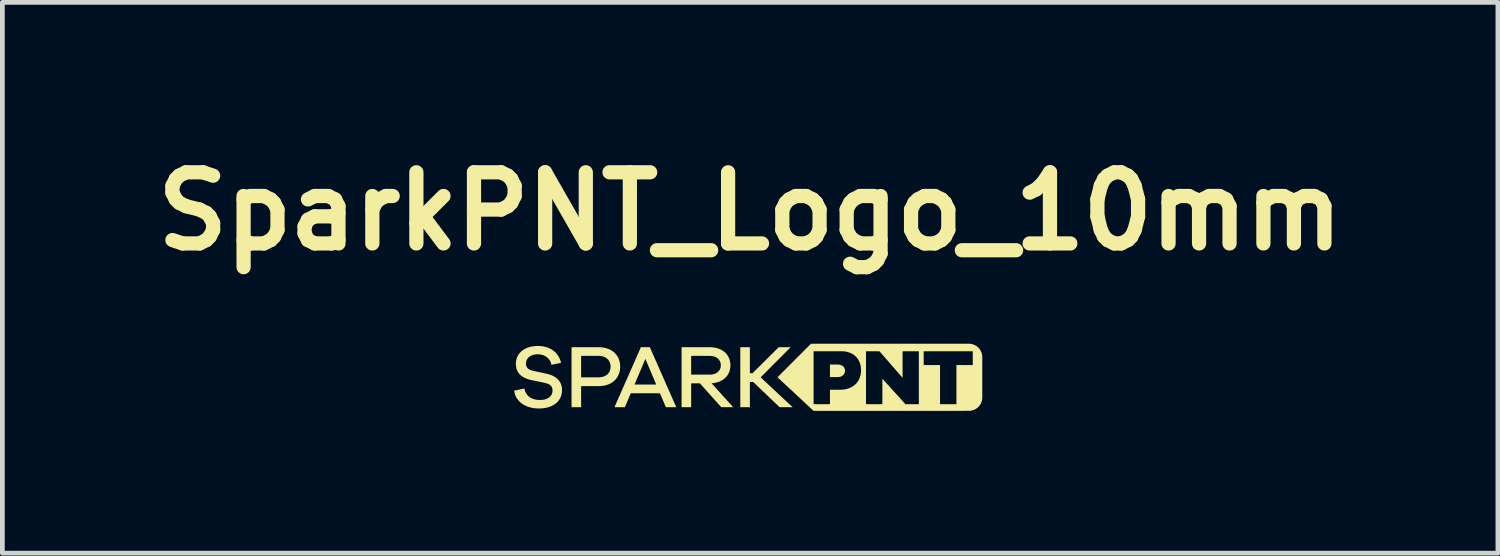
<source format=kicad_pcb>
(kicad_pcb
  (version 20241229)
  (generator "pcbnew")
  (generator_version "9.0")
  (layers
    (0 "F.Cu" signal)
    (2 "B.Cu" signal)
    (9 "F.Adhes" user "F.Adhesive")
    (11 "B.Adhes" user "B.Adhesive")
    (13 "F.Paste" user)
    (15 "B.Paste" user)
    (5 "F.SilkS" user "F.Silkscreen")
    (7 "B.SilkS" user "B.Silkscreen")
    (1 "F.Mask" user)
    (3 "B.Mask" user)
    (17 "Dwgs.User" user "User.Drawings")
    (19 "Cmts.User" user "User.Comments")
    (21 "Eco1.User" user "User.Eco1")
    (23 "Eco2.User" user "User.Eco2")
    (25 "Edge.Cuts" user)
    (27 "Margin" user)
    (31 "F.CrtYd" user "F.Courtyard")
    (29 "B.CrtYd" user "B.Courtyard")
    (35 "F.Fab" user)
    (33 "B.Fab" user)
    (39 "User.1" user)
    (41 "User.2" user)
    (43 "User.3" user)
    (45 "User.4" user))
  (footprint "SparkPNT_Logo_10mm"
    (layer "F.Cu")
    (at 12.764 4.904)
    (property "Reference" "SparkPNT_Logo_10mm" (at 0 -3.5 0) (layer "F.SilkS") (effects (font (size 1.5 1.5) (thickness 0.3))))
    (attr board_only exclude_from_pos_files exclude_from_bom)
    (fp_poly (pts (xy 1.338 0.708) (xy 1.338 0.708) (xy 1.338 0.708) (xy 1.338 0.708) (xy 1.338 0.708) (xy 1.338 0.708)) (stroke (width -0.000001) (type solid)) (fill yes) (layer "F.SilkS"))
    (fp_poly (pts (xy -0.005 -0.086) (xy 0.05 -0.086) (xy 0.603 -0.634) (xy 0.854 -0.634) (xy 0.222 0.001) (xy 0.896 0.631) (xy 0.622 0.631) (xy 0.065 0.099) (xy -0.005 0.099) (xy -0.005 0.631) (xy -0.207 0.631) (xy -0.207 -0.634) (xy -0.005 -0.634)) (stroke (width -0.000001) (type solid)) (fill yes) (layer "F.SilkS"))
    (fp_poly (pts (xy -1.557 0.631) (xy -1.776 0.631) (xy -1.901 0.337) (xy -2.516 0.337) (xy -2.641 0.631) (xy -2.86 0.631) (xy -2.649 0.152) (xy -2.437 0.152) (xy -1.98 0.152) (xy -2.208 -0.387) (xy -2.437 0.152) (xy -2.649 0.152) (xy -2.303 -0.634) (xy -2.114 -0.634)) (stroke (width -0.000001) (type solid)) (fill yes) (layer "F.SilkS"))
    (fp_poly (pts (xy 1.861 -0.269) (xy 1.868 -0.268) (xy 1.876 -0.267) (xy 1.883 -0.266) (xy 1.89 -0.265) (xy 1.897 -0.263) (xy 1.904 -0.261) (xy 1.91 -0.259) (xy 1.917 -0.257) (xy 1.923 -0.254) (xy 1.929 -0.251) (xy 1.935 -0.248) (xy 1.941 -0.244) (xy 1.947 -0.241) (xy 1.952 -0.237) (xy 1.957 -0.233) (xy 1.962 -0.228) (xy 1.966 -0.224) (xy 1.971 -0.219) (xy 1.975 -0.214) (xy 1.979 -0.209) (xy 1.982 -0.203) (xy 1.985 -0.198) (xy 1.988 -0.192) (xy 1.991 -0.186) (xy 1.993 -0.18) (xy 1.995 -0.174) (xy 1.997 -0.167) (xy 1.998 -0.161) (xy 1.999 -0.154) (xy 2 -0.147) (xy 2 -0.14) (xy 2 -0.133) (xy 1.999 -0.125) (xy 1.998 -0.118) (xy 1.997 -0.111) (xy 1.995 -0.104) (xy 1.993 -0.097) (xy 1.991 -0.091) (xy 1.988 -0.085) (xy 1.985 -0.079) (xy 1.982 -0.073) (xy 1.979 -0.067) (xy 1.975 -0.062) (xy 1.971 -0.056) (xy 1.966 -0.051) (xy 1.962 -0.047) (xy 1.957 -0.042) (xy 1.952 -0.038) (xy 1.947 -0.034) (xy 1.941 -0.03) (xy 1.935 -0.026) (xy 1.929 -0.023) (xy 1.923 -0.02) (xy 1.917 -0.017) (xy 1.91 -0.015) (xy 1.904 -0.013) (xy 1.897 -0.011) (xy 1.89 -0.009) (xy 1.883 -0.008) (xy 1.876 -0.007) (xy 1.868 -0.006) (xy 1.861 -0.005) (xy 1.853 -0.005) (xy 1.683 -0.005) (xy 1.683 -0.269) (xy 1.853 -0.269)) (stroke (width -0.000001) (type solid)) (fill yes) (layer "F.SilkS"))
    (fp_poly (pts (xy -3.169 -0.633) (xy -3.144 -0.632) (xy -3.119 -0.63) (xy -3.095 -0.626) (xy -3.072 -0.622) (xy -3.049 -0.617) (xy -3.027 -0.611) (xy -3.006 -0.604) (xy -2.985 -0.597) (xy -2.965 -0.588) (xy -2.946 -0.579) (xy -2.928 -0.569) (xy -2.91 -0.558) (xy -2.894 -0.546) (xy -2.878 -0.534) (xy -2.862 -0.521) (xy -2.848 -0.507) (xy -2.835 -0.492) (xy -2.822 -0.477) (xy -2.81 -0.461) (xy -2.799 -0.445) (xy -2.789 -0.428) (xy -2.78 -0.41) (xy -2.772 -0.392) (xy -2.764 -0.373) (xy -2.758 -0.353) (xy -2.752 -0.334) (xy -2.748 -0.313) (xy -2.744 -0.292) (xy -2.742 -0.271) (xy -2.74 -0.249) (xy -2.74 -0.226) (xy -2.74 -0.203) (xy -2.742 -0.181) (xy -2.744 -0.159) (xy -2.748 -0.138) (xy -2.752 -0.117) (xy -2.758 -0.097) (xy -2.764 -0.077) (xy -2.772 -0.058) (xy -2.78 -0.04) (xy -2.789 -0.022) (xy -2.799 -0.005) (xy -2.81 0.012) (xy -2.822 0.028) (xy -2.835 0.043) (xy -2.848 0.058) (xy -2.862 0.072) (xy -2.878 0.085) (xy -2.894 0.097) (xy -2.91 0.109) (xy -2.928 0.12) (xy -2.946 0.13) (xy -2.965 0.14) (xy -2.985 0.148) (xy -3.006 0.156) (xy -3.027 0.163) (xy -3.049 0.169) (xy -3.072 0.174) (xy -3.095 0.178) (xy -3.119 0.181) (xy -3.144 0.184) (xy -3.169 0.185) (xy -3.195 0.186) (xy -3.563 0.186) (xy -3.563 0.631) (xy -3.765 0.631) (xy -3.765 0.001) (xy -3.563 0.001) (xy -3.195 0.001) (xy -3.18 0.000245) (xy -3.166 -0.001) (xy -3.152 -0.002) (xy -3.138 -0.004) (xy -3.125 -0.006) (xy -3.113 -0.009) (xy -3.1 -0.012) (xy -3.088 -0.016) (xy -3.077 -0.02) (xy -3.066 -0.025) (xy -3.055 -0.03) (xy -3.045 -0.035) (xy -3.035 -0.041) (xy -3.026 -0.048) (xy -3.017 -0.055) (xy -3.009 -0.062) (xy -3.001 -0.069) (xy -2.993 -0.077) (xy -2.987 -0.086) (xy -2.98 -0.095) (xy -2.974 -0.104) (xy -2.969 -0.113) (xy -2.964 -0.123) (xy -2.959 -0.133) (xy -2.955 -0.144) (xy -2.952 -0.155) (xy -2.949 -0.166) (xy -2.946 -0.177) (xy -2.944 -0.189) (xy -2.943 -0.201) (xy -2.942 -0.213) (xy -2.942 -0.226) (xy -2.942 -0.238) (xy -2.943 -0.25) (xy -2.944 -0.262) (xy -2.946 -0.273) (xy -2.949 -0.284) (xy -2.952 -0.295) (xy -2.955 -0.306) (xy -2.959 -0.316) (xy -2.964 -0.326) (xy -2.969 -0.336) (xy -2.974 -0.345) (xy -2.98 -0.354) (xy -2.987 -0.363) (xy -2.993 -0.372) (xy -3.001 -0.38) (xy -3.009 -0.387) (xy -3.017 -0.395) (xy -3.026 -0.401) (xy -3.035 -0.408) (xy -3.045 -0.414) (xy -3.055 -0.42) (xy -3.066 -0.425) (xy -3.077 -0.43) (xy -3.088 -0.434) (xy -3.1 -0.438) (xy -3.113 -0.441) (xy -3.125 -0.444) (xy -3.138 -0.446) (xy -3.152 -0.448) (xy -3.166 -0.45) (xy -3.18 -0.451) (xy -3.195 -0.451) (xy -3.563 -0.451) (xy -3.563 0.001) (xy -3.765 0.001) (xy -3.765 -0.634) (xy -3.195 -0.634)) (stroke (width -0.000001) (type solid)) (fill yes) (layer "F.SilkS"))
    (fp_poly (pts (xy -0.826 -0.634) (xy -0.802 -0.632) (xy -0.779 -0.63) (xy -0.757 -0.627) (xy -0.735 -0.623) (xy -0.713 -0.618) (xy -0.692 -0.613) (xy -0.672 -0.606) (xy -0.653 -0.599) (xy -0.634 -0.592) (xy -0.616 -0.583) (xy -0.598 -0.574) (xy -0.581 -0.563) (xy -0.565 -0.553) (xy -0.55 -0.541) (xy -0.535 -0.529) (xy -0.521 -0.516) (xy -0.508 -0.503) (xy -0.496 -0.488) (xy -0.485 -0.474) (xy -0.474 -0.458) (xy -0.464 -0.442) (xy -0.455 -0.426) (xy -0.447 -0.409) (xy -0.44 -0.391) (xy -0.434 -0.373) (xy -0.428 -0.354) (xy -0.424 -0.335) (xy -0.42 -0.315) (xy -0.418 -0.294) (xy -0.416 -0.274) (xy -0.416 -0.253) (xy -0.416 -0.232) (xy -0.418 -0.213) (xy -0.42 -0.193) (xy -0.423 -0.174) (xy -0.427 -0.156) (xy -0.432 -0.138) (xy -0.438 -0.121) (xy -0.444 -0.104) (xy -0.452 -0.087) (xy -0.46 -0.071) (xy -0.469 -0.056) (xy -0.479 -0.041) (xy -0.489 -0.027) (xy -0.5 -0.013) (xy -0.512 0.000179) (xy -0.525 0.013) (xy -0.538 0.025) (xy -0.553 0.036) (xy -0.567 0.047) (xy -0.583 0.057) (xy -0.599 0.067) (xy -0.616 0.075) (xy -0.633 0.084) (xy -0.651 0.091) (xy -0.669 0.098) (xy -0.688 0.104) (xy -0.708 0.109) (xy -0.728 0.114) (xy -0.749 0.118) (xy -0.77 0.121) (xy -0.792 0.124) (xy -0.814 0.125) (xy -0.357 0.631) (xy -0.608 0.631) (xy -1.06 0.127) (xy -1.243 0.127) (xy -1.243 0.631) (xy -1.445 0.631) (xy -1.445 -0.056) (xy -1.243 -0.056) (xy -0.85 -0.056) (xy -0.837 -0.056) (xy -0.824 -0.057) (xy -0.812 -0.058) (xy -0.8 -0.06) (xy -0.788 -0.062) (xy -0.777 -0.064) (xy -0.766 -0.067) (xy -0.755 -0.07) (xy -0.744 -0.074) (xy -0.734 -0.078) (xy -0.725 -0.083) (xy -0.715 -0.087) (xy -0.706 -0.093) (xy -0.698 -0.098) (xy -0.689 -0.104) (xy -0.682 -0.11) (xy -0.674 -0.117) (xy -0.667 -0.124) (xy -0.661 -0.131) (xy -0.654 -0.139) (xy -0.649 -0.147) (xy -0.644 -0.155) (xy -0.639 -0.164) (xy -0.634 -0.172) (xy -0.631 -0.182) (xy -0.627 -0.191) (xy -0.624 -0.201) (xy -0.622 -0.21) (xy -0.62 -0.221) (xy -0.619 -0.231) (xy -0.618 -0.242) (xy -0.618 -0.253) (xy -0.618 -0.264) (xy -0.619 -0.274) (xy -0.62 -0.285) (xy -0.622 -0.295) (xy -0.624 -0.305) (xy -0.627 -0.315) (xy -0.631 -0.324) (xy -0.634 -0.334) (xy -0.639 -0.343) (xy -0.644 -0.351) (xy -0.649 -0.36) (xy -0.654 -0.368) (xy -0.661 -0.375) (xy -0.667 -0.383) (xy -0.674 -0.39) (xy -0.682 -0.396) (xy -0.689 -0.403) (xy -0.698 -0.409) (xy -0.706 -0.414) (xy -0.715 -0.419) (xy -0.725 -0.424) (xy -0.734 -0.429) (xy -0.744 -0.433) (xy -0.755 -0.437) (xy -0.766 -0.44) (xy -0.777 -0.443) (xy -0.788 -0.445) (xy -0.8 -0.447) (xy -0.812 -0.449) (xy -0.824 -0.45) (xy -0.837 -0.451) (xy -0.85 -0.451) (xy -1.243 -0.451) (xy -1.243 -0.056) (xy -1.445 -0.056) (xy -1.445 -0.634) (xy -0.85 -0.634)) (stroke (width -0.000001) (type solid)) (fill yes) (layer "F.SilkS"))
    (fp_poly (pts (xy 4.501 -0.707) (xy 4.613 -0.707) (xy 4.628 -0.707) (xy 4.642 -0.706) (xy 4.656 -0.704) (xy 4.67 -0.701) (xy 4.683 -0.698) (xy 4.697 -0.694) (xy 4.71 -0.69) (xy 4.722 -0.685) (xy 4.735 -0.679) (xy 4.747 -0.673) (xy 4.759 -0.666) (xy 4.77 -0.659) (xy 4.781 -0.651) (xy 4.792 -0.643) (xy 4.802 -0.634) (xy 4.812 -0.625) (xy 4.821 -0.615) (xy 4.83 -0.605) (xy 4.838 -0.594) (xy 4.846 -0.583) (xy 4.853 -0.572) (xy 4.86 -0.56) (xy 4.866 -0.548) (xy 4.872 -0.535) (xy 4.877 -0.523) (xy 4.881 -0.51) (xy 4.885 -0.496) (xy 4.888 -0.483) (xy 4.891 -0.469) (xy 4.892 -0.455) (xy 4.894 -0.441) (xy 4.894 -0.426) (xy 4.894 0.427) (xy 4.894 0.441) (xy 4.892 0.455) (xy 4.891 0.469) (xy 4.888 0.483) (xy 4.885 0.497) (xy 4.881 0.51) (xy 4.877 0.523) (xy 4.872 0.536) (xy 4.866 0.548) (xy 4.86 0.56) (xy 4.853 0.572) (xy 4.846 0.583) (xy 4.838 0.594) (xy 4.83 0.605) (xy 4.821 0.615) (xy 4.812 0.625) (xy 4.802 0.634) (xy 4.792 0.643) (xy 4.781 0.651) (xy 4.77 0.659) (xy 4.759 0.666) (xy 4.747 0.673) (xy 4.735 0.679) (xy 4.722 0.685) (xy 4.71 0.69) (xy 4.697 0.695) (xy 4.683 0.698) (xy 4.67 0.702) (xy 4.656 0.704) (xy 4.642 0.706) (xy 4.628 0.707) (xy 4.613 0.707) (xy 4.478 0.707) (xy 4.478 0.708) (xy 1.338 0.708) (xy 0.577 0.000011) (xy 1.125 -0.549) (xy 1.338 -0.549) (xy 1.338 0.568) (xy 1.683 0.568) (xy 2.443 0.568) (xy 2.788 0.568) (xy 2.788 0.03) (xy 3.275 0.568) (xy 3.557 0.568) (xy 3.557 -0.257) (xy 3.659 -0.257) (xy 4.004 -0.257) (xy 4.004 0.568) (xy 4.349 0.568) (xy 4.349 -0.257) (xy 4.694 -0.257) (xy 4.694 -0.257) (xy 4.694 -0.549) (xy 3.659 -0.549) (xy 3.659 -0.257) (xy 3.557 -0.257) (xy 3.557 -0.549) (xy 3.557 -0.549) (xy 3.557 -0.549) (xy 3.214 -0.549) (xy 3.214 0.011) (xy 2.727 -0.549) (xy 2.443 -0.549) (xy 2.443 0.568) (xy 1.683 0.568) (xy 1.683 0.262) (xy 1.903 0.262) (xy 1.927 0.261) (xy 1.951 0.26) (xy 1.974 0.257) (xy 1.997 0.254) (xy 2.019 0.25) (xy 2.04 0.245) (xy 2.061 0.239) (xy 2.081 0.232) (xy 2.101 0.224) (xy 2.12 0.216) (xy 2.138 0.207) (xy 2.156 0.197) (xy 2.173 0.186) (xy 2.189 0.174) (xy 2.204 0.162) (xy 2.219 0.149) (xy 2.233 0.135) (xy 2.246 0.12) (xy 2.258 0.105) (xy 2.27 0.089) (xy 2.28 0.073) (xy 2.29 0.055) (xy 2.299 0.037) (xy 2.307 0.019) (xy 2.314 -0.00029) (xy 2.32 -0.02) (xy 2.326 -0.04) (xy 2.33 -0.061) (xy 2.334 -0.083) (xy 2.336 -0.105) (xy 2.338 -0.127) (xy 2.338 -0.15) (xy 2.338 -0.172) (xy 2.336 -0.194) (xy 2.334 -0.215) (xy 2.331 -0.235) (xy 2.327 -0.255) (xy 2.322 -0.275) (xy 2.316 -0.294) (xy 2.309 -0.312) (xy 2.302 -0.33) (xy 2.293 -0.348) (xy 2.284 -0.364) (xy 2.274 -0.38) (xy 2.263 -0.396) (xy 2.252 -0.411) (xy 2.24 -0.425) (xy 2.227 -0.438) (xy 2.213 -0.451) (xy 2.199 -0.463) (xy 2.184 -0.475) (xy 2.168 -0.485) (xy 2.151 -0.495) (xy 2.134 -0.504) (xy 2.117 -0.512) (xy 2.098 -0.52) (xy 2.079 -0.526) (xy 2.06 -0.532) (xy 2.04 -0.537) (xy 2.019 -0.541) (xy 1.998 -0.545) (xy 1.976 -0.547) (xy 1.954 -0.548) (xy 1.931 -0.549) (xy 1.338 -0.549) (xy 1.338 -0.549) (xy 1.338 -0.549) (xy 1.125 -0.549) (xy 1.285 -0.708) (xy 4.501 -0.708)) (stroke (width -0.000001) (type solid)) (fill yes) (layer "F.SilkS"))
    (fp_poly (pts (xy -4.45 -0.66) (xy -4.427 -0.659) (xy -4.404 -0.657) (xy -4.381 -0.654) (xy -4.359 -0.65) (xy -4.337 -0.646) (xy -4.316 -0.641) (xy -4.296 -0.635) (xy -4.276 -0.629) (xy -4.256 -0.621) (xy -4.237 -0.613) (xy -4.219 -0.605) (xy -4.201 -0.595) (xy -4.184 -0.585) (xy -4.167 -0.575) (xy -4.151 -0.563) (xy -4.136 -0.551) (xy -4.121 -0.539) (xy -4.107 -0.526) (xy -4.093 -0.512) (xy -4.08 -0.497) (xy -4.068 -0.483) (xy -4.057 -0.467) (xy -4.046 -0.451) (xy -4.036 -0.434) (xy -4.026 -0.417) (xy -4.018 -0.399) (xy -4.01 -0.381) (xy -4.003 -0.362) (xy -3.997 -0.343) (xy -3.991 -0.324) (xy -3.987 -0.304) (xy -4.189 -0.262) (xy -4.191 -0.274) (xy -4.194 -0.287) (xy -4.197 -0.298) (xy -4.201 -0.31) (xy -4.206 -0.321) (xy -4.211 -0.332) (xy -4.216 -0.343) (xy -4.222 -0.353) (xy -4.229 -0.363) (xy -4.235 -0.373) (xy -4.243 -0.382) (xy -4.25 -0.391) (xy -4.258 -0.4) (xy -4.267 -0.408) (xy -4.276 -0.416) (xy -4.285 -0.424) (xy -4.295 -0.431) (xy -4.305 -0.437) (xy -4.315 -0.444) (xy -4.326 -0.45) (xy -4.348 -0.46) (xy -4.372 -0.469) (xy -4.397 -0.476) (xy -4.423 -0.481) (xy -4.45 -0.484) (xy -4.478 -0.485) (xy -4.491 -0.485) (xy -4.505 -0.484) (xy -4.518 -0.483) (xy -4.531 -0.481) (xy -4.544 -0.479) (xy -4.556 -0.477) (xy -4.568 -0.474) (xy -4.579 -0.47) (xy -4.59 -0.467) (xy -4.601 -0.463) (xy -4.611 -0.458) (xy -4.621 -0.453) (xy -4.631 -0.448) (xy -4.64 -0.442) (xy -4.649 -0.437) (xy -4.657 -0.43) (xy -4.665 -0.424) (xy -4.673 -0.417) (xy -4.68 -0.41) (xy -4.686 -0.402) (xy -4.692 -0.394) (xy -4.698 -0.386) (xy -4.703 -0.378) (xy -4.707 -0.369) (xy -4.711 -0.36) (xy -4.715 -0.351) (xy -4.718 -0.342) (xy -4.72 -0.332) (xy -4.722 -0.323) (xy -4.724 -0.313) (xy -4.725 -0.303) (xy -4.725 -0.292) (xy -4.724 -0.276) (xy -4.724 -0.268) (xy -4.723 -0.261) (xy -4.721 -0.254) (xy -4.72 -0.247) (xy -4.718 -0.24) (xy -4.715 -0.233) (xy -4.713 -0.227) (xy -4.71 -0.221) (xy -4.707 -0.215) (xy -4.703 -0.209) (xy -4.699 -0.203) (xy -4.695 -0.198) (xy -4.691 -0.193) (xy -4.686 -0.188) (xy -4.681 -0.183) (xy -4.675 -0.179) (xy -4.67 -0.174) (xy -4.663 -0.17) (xy -4.65 -0.163) (xy -4.636 -0.155) (xy -4.62 -0.149) (xy -4.603 -0.143) (xy -4.584 -0.138) (xy -4.564 -0.134) (xy -4.291 -0.075) (xy -4.256 -0.066) (xy -4.223 -0.056) (xy -4.191 -0.045) (xy -4.16 -0.031) (xy -4.132 -0.016) (xy -4.118 -0.008) (xy -4.105 0.000289) (xy -4.092 0.009) (xy -4.08 0.019) (xy -4.069 0.029) (xy -4.057 0.039) (xy -4.047 0.05) (xy -4.037 0.061) (xy -4.028 0.073) (xy -4.019 0.085) (xy -4.011 0.098) (xy -4.003 0.111) (xy -3.996 0.125) (xy -3.99 0.139) (xy -3.985 0.153) (xy -3.98 0.169) (xy -3.976 0.184) (xy -3.972 0.2) (xy -3.969 0.217) (xy -3.967 0.234) (xy -3.966 0.252) (xy -3.966 0.271) (xy -3.966 0.293) (xy -3.968 0.314) (xy -3.971 0.335) (xy -3.975 0.355) (xy -3.98 0.375) (xy -3.986 0.395) (xy -3.993 0.413) (xy -4.001 0.431) (xy -4.01 0.449) (xy -4.02 0.466) (xy -4.031 0.482) (xy -4.043 0.498) (xy -4.056 0.513) (xy -4.069 0.527) (xy -4.084 0.54) (xy -4.1 0.553) (xy -4.116 0.566) (xy -4.133 0.577) (xy -4.151 0.588) (xy -4.17 0.598) (xy -4.189 0.607) (xy -4.21 0.616) (xy -4.253 0.631) (xy -4.298 0.642) (xy -4.347 0.651) (xy -4.398 0.656) (xy -4.451 0.658) (xy -4.476 0.657) (xy -4.501 0.656) (xy -4.525 0.654) (xy -4.549 0.652) (xy -4.573 0.648) (xy -4.596 0.644) (xy -4.619 0.639) (xy -4.642 0.633) (xy -4.663 0.627) (xy -4.685 0.62) (xy -4.706 0.612) (xy -4.726 0.603) (xy -4.746 0.594) (xy -4.765 0.584) (xy -4.783 0.573) (xy -4.801 0.562) (xy -4.818 0.55) (xy -4.835 0.537) (xy -4.85 0.523) (xy -4.865 0.509) (xy -4.879 0.494) (xy -4.893 0.478) (xy -4.905 0.461) (xy -4.917 0.444) (xy -4.927 0.426) (xy -4.937 0.408) (xy -4.946 0.388) (xy -4.954 0.368) (xy -4.96 0.348) (xy -4.966 0.327) (xy -4.971 0.305) (xy -4.974 0.282) (xy -4.759 0.237) (xy -4.756 0.252) (xy -4.752 0.266) (xy -4.748 0.28) (xy -4.743 0.294) (xy -4.738 0.307) (xy -4.732 0.319) (xy -4.726 0.331) (xy -4.719 0.343) (xy -4.712 0.354) (xy -4.704 0.365) (xy -4.696 0.375) (xy -4.687 0.384) (xy -4.678 0.394) (xy -4.668 0.402) (xy -4.658 0.411) (xy -4.648 0.418) (xy -4.637 0.426) (xy -4.626 0.432) (xy -4.614 0.439) (xy -4.602 0.445) (xy -4.577 0.455) (xy -4.551 0.463) (xy -4.523 0.47) (xy -4.494 0.475) (xy -4.464 0.477) (xy -4.432 0.478) (xy -4.417 0.478) (xy -4.401 0.477) (xy -4.386 0.476) (xy -4.372 0.475) (xy -4.358 0.472) (xy -4.345 0.47) (xy -4.332 0.467) (xy -4.319 0.464) (xy -4.307 0.46) (xy -4.295 0.456) (xy -4.284 0.451) (xy -4.273 0.446) (xy -4.263 0.441) (xy -4.253 0.436) (xy -4.244 0.43) (xy -4.235 0.423) (xy -4.227 0.417) (xy -4.219 0.41) (xy -4.212 0.402) (xy -4.205 0.395) (xy -4.199 0.387) (xy -4.194 0.378) (xy -4.188 0.37) (xy -4.184 0.361) (xy -4.18 0.352) (xy -4.176 0.343) (xy -4.173 0.333) (xy -4.171 0.323) (xy -4.169 0.313) (xy -4.167 0.303) (xy -4.166 0.293) (xy -4.166 0.282) (xy -4.167 0.264) (xy -4.169 0.248) (xy -4.17 0.24) (xy -4.172 0.233) (xy -4.174 0.226) (xy -4.176 0.219) (xy -4.179 0.212) (xy -4.182 0.206) (xy -4.185 0.199) (xy -4.189 0.193) (xy -4.193 0.188) (xy -4.197 0.182) (xy -4.202 0.177) (xy -4.207 0.172) (xy -4.213 0.167) (xy -4.219 0.162) (xy -4.225 0.158) (xy -4.232 0.153) (xy -4.246 0.145) (xy -4.262 0.138) (xy -4.28 0.131) (xy -4.3 0.125) (xy -4.321 0.119) (xy -4.344 0.114) (xy -4.619 0.057) (xy -4.649 0.05) (xy -4.678 0.041) (xy -4.707 0.031) (xy -4.735 0.02) (xy -4.763 0.007) (xy -4.789 -0.008) (xy -4.802 -0.016) (xy -4.814 -0.025) (xy -4.826 -0.034) (xy -4.838 -0.044) (xy -4.849 -0.054) (xy -4.859 -0.065) (xy -4.869 -0.076) (xy -4.879 -0.088) (xy -4.888 -0.101) (xy -4.896 -0.114) (xy -4.904 -0.128) (xy -4.911 -0.143) (xy -4.917 -0.158) (xy -4.922 -0.174) (xy -4.927 -0.191) (xy -4.931 -0.209) (xy -4.934 -0.227) (xy -4.937 -0.246) (xy -4.938 -0.266) (xy -4.938 -0.287) (xy -4.938 -0.307) (xy -4.936 -0.327) (xy -4.934 -0.347) (xy -4.93 -0.367) (xy -4.925 -0.385) (xy -4.92 -0.404) (xy -4.913 -0.422) (xy -4.905 -0.439) (xy -4.897 -0.456) (xy -4.887 -0.472) (xy -4.877 -0.488) (xy -4.866 -0.503) (xy -4.853 -0.517) (xy -4.84 -0.531) (xy -4.826 -0.544) (xy -4.812 -0.557) (xy -4.796 -0.569) (xy -4.78 -0.58) (xy -4.762 -0.591) (xy -4.744 -0.601) (xy -4.726 -0.61) (xy -4.706 -0.619) (xy -4.686 -0.626) (xy -4.665 -0.633) (xy -4.644 -0.64) (xy -4.621 -0.645) (xy -4.575 -0.653) (xy -4.525 -0.659) (xy -4.474 -0.66) (xy -4.474 -0.66)) (stroke (width -0.000001) (type solid)) (fill yes) (layer "F.SilkS")))
  (gr_rect
    (start -3 -3)
    (end 28.529 8.612)
    (stroke (width 0.1) (type default))
    (fill no)
    (layer "Edge.Cuts")))
</source>
